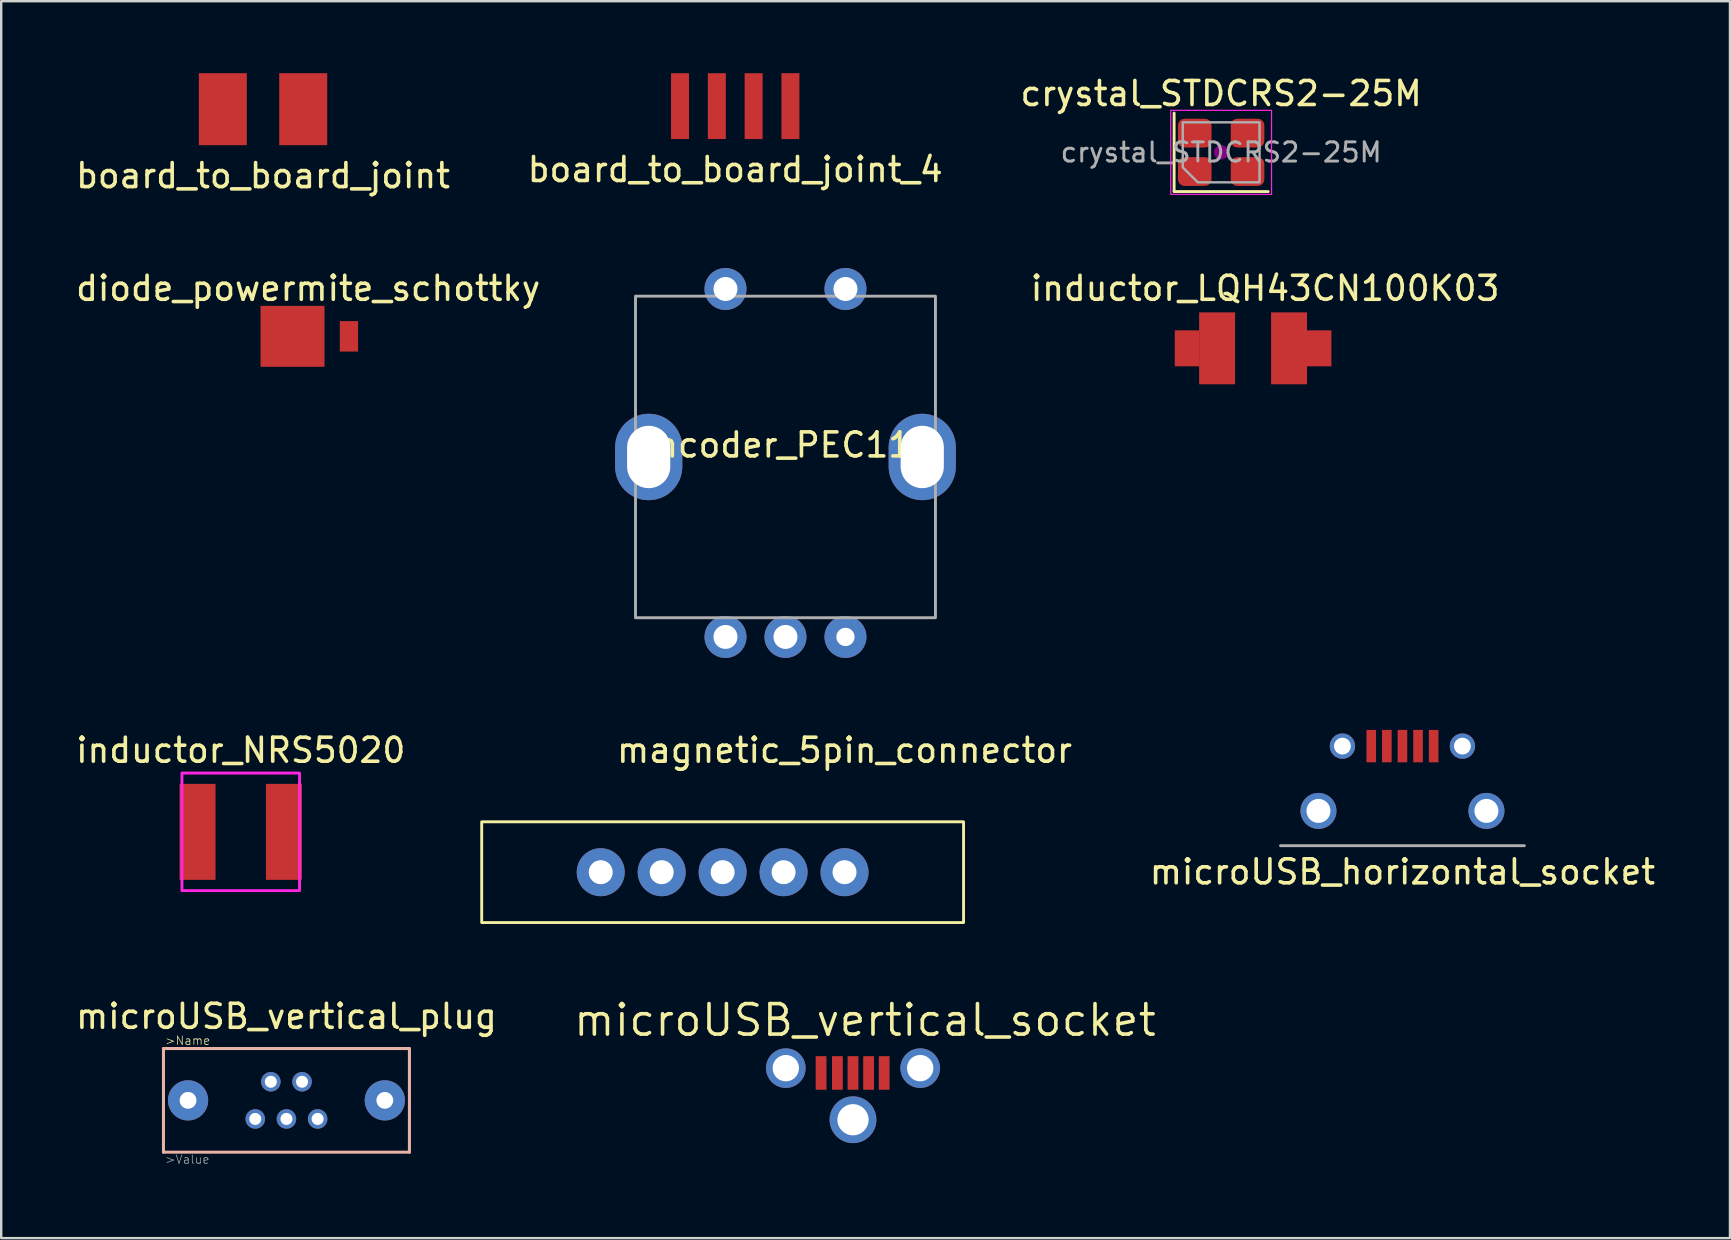
<source format=kicad_pcb>
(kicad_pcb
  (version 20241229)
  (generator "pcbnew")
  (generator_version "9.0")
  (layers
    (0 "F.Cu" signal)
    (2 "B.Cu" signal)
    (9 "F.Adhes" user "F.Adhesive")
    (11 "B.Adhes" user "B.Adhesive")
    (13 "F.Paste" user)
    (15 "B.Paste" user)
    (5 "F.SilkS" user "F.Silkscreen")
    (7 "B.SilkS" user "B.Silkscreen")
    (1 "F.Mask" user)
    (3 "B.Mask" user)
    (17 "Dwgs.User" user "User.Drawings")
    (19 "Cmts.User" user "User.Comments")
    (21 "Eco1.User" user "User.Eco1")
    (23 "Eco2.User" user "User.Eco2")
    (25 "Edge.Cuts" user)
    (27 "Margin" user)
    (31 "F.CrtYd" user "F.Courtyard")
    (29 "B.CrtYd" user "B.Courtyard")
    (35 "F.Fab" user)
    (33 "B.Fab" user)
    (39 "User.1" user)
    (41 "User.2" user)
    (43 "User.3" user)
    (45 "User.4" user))
  (footprint "crystal_STDCRS2-25M"
    (layer "F.Cu")
    (at 47.839 3.298)
    (property "Reference" "crystal_STDCRS2-25M" (at 0 -2.45 0) (layer "F.SilkS") (effects (font (size 1 1) (thickness 0.15))))
    (attr smd)
    (fp_line (start -1.96 -1.635) (end -1.96 1.635) (stroke (width 0.12) (type solid)) (layer "F.SilkS"))
    (fp_line (start -1.96 1.635) (end 1.96 1.635) (stroke (width 0.12) (type solid)) (layer "F.SilkS"))
    (fp_circle (center 0 0) (end 0.25 0) (stroke (width 0.1) (type solid)) (fill yes) (layer "F.Adhes"))
    (fp_rect (start -2.1 -1.75) (end 2.1 1.75) (stroke (width 0.05) (type solid)) (fill no) (layer "F.CrtYd"))
    (fp_poly (pts (xy 1.6 -1.25) (xy 1.6 1.25) (xy -0.975 1.25) (xy -1.6 0.625) (xy -1.6 -1.25)) (stroke (width 0.1) (type solid)) (fill no) (layer "F.Fab"))
    (fp_text user "${REFERENCE}" (at 0 0 0) (layer "F.Fab") (effects (font (size 0.8 0.8) (thickness 0.12))))
    (pad "1" smd roundrect (at -1.1 0.8) (size 1.4 1.2) (layers "F.Cu" "F.Mask" "F.Paste") (roundrect_rratio 0.227))
    (pad "2" smd roundrect (at 1.1 0.8) (size 1.4 1.2) (layers "F.Cu" "F.Mask" "F.Paste") (roundrect_rratio 0.227))
    (pad "3" smd roundrect (at 1.1 -0.8) (size 1.4 1.2) (layers "F.Cu" "F.Mask" "F.Paste") (roundrect_rratio 0.227))
    (pad "4" smd roundrect (at -1.1 -0.8) (size 1.4 1.2) (layers "F.Cu" "F.Mask" "F.Paste") (roundrect_rratio 0.227)))
  (footprint "microUSB_horizontal_socket"
    (layer "F.Cu")
    (at 55.394 29.473)
    (property "Reference" "microUSB_horizontal_socket" (at 0 3.81 0) (layer "F.SilkS") (effects (font (size 1 1) (thickness 0.15))))
    (attr through_hole)
    (fp_line (start -5.08 2.72) (end 5.08 2.72) (stroke (width 0.12) (type solid)) (layer "F.Fab"))
    (pad "G1" thru_hole circle (at -3.5 1.27) (size 1.5 1.5) (drill 1) (layers "*.Cu" "*.Mask"))
    (pad "G2" thru_hole circle (at 3.5 1.27) (size 1.5 1.5) (drill 1) (layers "*.Cu" "*.Mask"))
    (pad "G3" thru_hole circle (at 2.5 -1.43) (size 1.056 1.056) (drill 0.7) (layers "*.Cu" "*.Mask"))
    (pad "G4" thru_hole circle (at -2.5 -1.43) (size 1.056 1.056) (drill 0.7) (layers "*.Cu" "*.Mask"))
    (pad "P1" smd rect (at -1.3 -1.43 90) (size 1.35 0.4) (layers "F.Cu" "F.Mask" "F.Paste"))
    (pad "P2" smd rect (at -0.65 -1.43 90) (size 1.35 0.4) (layers "F.Cu" "F.Mask" "F.Paste"))
    (pad "P3" smd rect (at 0 -1.43 90) (size 1.35 0.4) (layers "F.Cu" "F.Mask" "F.Paste"))
    (pad "P4" smd rect (at 0.65 -1.43 90) (size 1.35 0.4) (layers "F.Cu" "F.Mask" "F.Paste"))
    (pad "P5" smd rect (at 1.3 -1.43 90) (size 1.35 0.4) (layers "F.Cu" "F.Mask" "F.Paste")))
  (footprint "board_to_board_joint"
    (layer "F.Cu")
    (at 7.911 3)
    (property "Reference" "board_to_board_joint" (at 0 1.27 0) (layer "F.SilkS") (effects (font (size 1 1) (thickness 0.15))))
    (attr through_hole)
    (pad "1" smd rect (at -1.675 -1.5) (size 2 3) (layers "F.Cu" "F.Mask" "F.Paste"))
    (pad "2" smd rect (at 1.675 -1.5) (size 2 3) (layers "F.Cu" "F.Mask" "F.Paste")))
  (footprint "magnetic_5pin_connector"
    (layer "F.Cu")
    (at 27.064 33.297)
    (property "Reference" "magnetic_5pin_connector" (at 5.08 -5.08 0) (unlocked yes) (layer "F.SilkS") (effects (font (size 1 1) (thickness 0.15))))
    (attr through_hole)
    (fp_rect (start -10.04 -2.1) (end 10.04 2.1) (stroke (width 0.12) (type default)) (fill no) (layer "F.SilkS"))
    (pad "1" thru_hole circle (at -5.08 0) (size 2 2) (drill 1) (layers "*.Cu" "*.Mask"))
    (pad "2" thru_hole circle (at -2.54 0) (size 2 2) (drill 1) (layers "*.Cu" "*.Mask"))
    (pad "3" thru_hole circle (at 0 0) (size 2 2) (drill 1) (layers "*.Cu" "*.Mask"))
    (pad "4" thru_hole circle (at 2.54 0) (size 2 2) (drill 1) (layers "*.Cu" "*.Mask"))
    (pad "5" thru_hole circle (at 5.08 0) (size 2 2) (drill 1) (layers "*.Cu" "*.Mask")))
  (footprint "microUSB_vertical_plug"
    (layer "F.Cu")
    (at 8.887 42.805)
    (property "Reference" "microUSB_vertical_plug" (at 0 -3.5 0) (layer "F.SilkS") (effects (font (size 1 1) (thickness 0.15))))
    (fp_line (start -5.125 -2.159) (end 5.125 -2.159) (stroke (width 0.127) (type solid)) (layer "B.SilkS"))
    (fp_line (start -5.125 2.159) (end -5.125 -2.159) (stroke (width 0.127) (type solid)) (layer "B.SilkS"))
    (fp_line (start -5.125 2.159) (end 5.125 2.159) (stroke (width 0.127) (type solid)) (layer "B.SilkS"))
    (fp_line (start 5.125 2.159) (end 5.125 -2.159) (stroke (width 0.127) (type solid)) (layer "B.SilkS"))
    (fp_text user ">Name" (at -5.08 -2.286 0) (layer "F.SilkS") (effects (font (size 0.351 0.351) (thickness 0.03)) (justify left bottom)))
    (fp_text user ">Value" (at -5.08 2.667 0) (layer "F.Fab") (effects (font (size 0.351 0.351) (thickness 0.03)) (justify left bottom)))
    (pad "1" thru_hole circle (at -1.3 0.775) (size 0.813 0.813) (drill 0.5) (layers "*.Cu" "*.Mask"))
    (pad "2" thru_hole circle (at -0.65 -0.775) (size 0.813 0.813) (drill 0.5) (layers "*.Cu" "*.Mask"))
    (pad "3" thru_hole circle (at 0 0.775) (size 0.813 0.813) (drill 0.5) (layers "*.Cu" "*.Mask"))
    (pad "4" thru_hole circle (at 0.65 -0.775) (size 0.813 0.813) (drill 0.5) (layers "*.Cu" "*.Mask"))
    (pad "5" thru_hole circle (at 1.3 0.775) (size 0.813 0.813) (drill 0.5) (layers "*.Cu" "*.Mask"))
    (pad "P$1" thru_hole circle (at -4.1 0 90) (size 1.676 1.676) (drill 0.7) (layers "*.Cu" "*.Mask"))
    (pad "P$2" thru_hole circle (at 4.1 0 90) (size 1.676 1.676) (drill 0.7) (layers "*.Cu" "*.Mask")))
  (footprint "diode_powermite_schottky"
    (layer "F.Cu")
    (at 10.792 10.966)
    (property "Reference" "diode_powermite_schottky" (at -1 -2 0) (layer "F.SilkS") (effects (font (size 1 1) (thickness 0.15))))
    (pad "ANODE" smd rect (at 0.699 0) (size 0.762 1.27) (layers "F.Cu" "F.Mask" "F.Paste"))
    (pad "CATHODE" smd rect (at -1.651 0) (size 2.667 2.54) (layers "F.Cu" "F.Mask" "F.Paste")))
  (footprint "inductor_NRS5020"
    (layer "F.Cu")
    (at 6.982 31.616)
    (property "Reference" "inductor_NRS5020" (at 0 -3.4 0) (unlocked yes) (layer "F.SilkS") (effects (font (size 1 1) (thickness 0.15))))
    (fp_rect (start -2.45 -2.45) (end 2.45 2.45) (stroke (width 0.12) (type solid)) (fill no) (layer "F.CrtYd"))
    (pad "1" smd rect (at -1.8 0) (size 1.5 4) (layers "F.Cu" "F.Mask" "F.Paste"))
    (pad "2" smd rect (at 1.8 0) (size 1.5 4) (layers "F.Cu" "F.Mask" "F.Paste")))
  (footprint "board_to_board_joint_4"
    (layer "F.Cu")
    (at 27.589 2.746)
    (property "Reference" "board_to_board_joint_4" (at 0 1.27 0) (layer "F.SilkS") (effects (font (size 1 1) (thickness 0.15))))
    (attr smd)
    (pad "1" smd rect (at -2.3 -1.373) (size 0.75 2.743) (layers "F.Cu" "F.Mask" "F.Paste"))
    (pad "2" smd rect (at -0.767 -1.373) (size 0.75 2.743) (layers "F.Cu" "F.Mask" "F.Paste"))
    (pad "3" smd rect (at 0.767 -1.373) (size 0.75 2.743) (layers "F.Cu" "F.Mask" "F.Paste"))
    (pad "4" smd rect (at 2.3 -1.373) (size 0.75 2.746) (layers "F.Cu" "F.Mask" "F.Paste")))
  (footprint "encoder_PEC11R"
    (layer "F.Cu")
    (at 29.683 15.993)
    (property "Reference" "encoder_PEC11R" (at 0 -0.5 0) (unlocked yes) (layer "F.SilkS") (effects (font (size 1 1) (thickness 0.15))))
    (attr through_hole)
    (fp_rect (start -6.25 -6.7) (end 6.25 6.7) (stroke (width 0.12) (type solid)) (fill no) (layer "F.Fab"))
    (pad "6" thru_hole oval (at -5.7 0) (size 2.8 3.6) (drill oval 1.8 2.6) (layers "*.Cu" "*.Mask"))
    (pad "6" thru_hole oval (at 5.7 0) (size 2.8 3.6) (drill oval 1.8 2.6) (layers "*.Cu" "*.Mask"))
    (pad "A" thru_hole circle (at -2.5 7.5) (size 1.75 1.75) (drill 1) (layers "*.Cu" "*.Mask"))
    (pad "B" thru_hole circle (at 2.5 7.5) (size 1.75 1.75) (drill 0.762) (layers "*.Cu" "*.Mask"))
    (pad "C" thru_hole circle (at 0 7.5) (size 1.75 1.75) (drill 1) (layers "*.Cu" "*.Mask"))
    (pad "S1" thru_hole circle (at -2.5 -7) (size 1.75 1.75) (drill 1) (layers "*.Cu" "*.Mask"))
    (pad "S2" thru_hole circle (at 2.5 -7) (size 1.75 1.75) (drill 1) (layers "*.Cu" "*.Mask")))
  (footprint "microUSB_vertical_socket"
    (layer "F.Cu")
    (at 32.497 41.463)
    (property "Reference" "microUSB_vertical_socket" (at 0.5 -2 0) (layer "F.SilkS") (effects (font (size 1.27 1.27) (thickness 0.15))))
    (pad "G1" thru_hole circle (at -2.8 0) (size 1.65 1.65) (drill 1.1) (layers "*.Cu" "*.Mask"))
    (pad "G2" thru_hole circle (at 0 2.15) (size 1.95 1.95) (drill 1.3) (layers "*.Cu" "*.Mask"))
    (pad "G3" thru_hole circle (at 2.8 0) (size 1.65 1.65) (drill 1.1) (layers "*.Cu" "*.Mask"))
    (pad "P1" smd rect (at -1.33 0.2 90) (size 1.4 0.45) (layers "F.Cu" "F.Mask" "F.Paste"))
    (pad "P2" smd rect (at -0.65 0.2 90) (size 1.4 0.45) (layers "F.Cu" "F.Mask" "F.Paste"))
    (pad "P3" smd rect (at 0 0.2 90) (size 1.4 0.45) (layers "F.Cu" "F.Mask" "F.Paste"))
    (pad "P4" smd rect (at 0.65 0.2 90) (size 1.4 0.45) (layers "F.Cu" "F.Mask" "F.Paste"))
    (pad "P5" smd rect (at 1.3 0.2 90) (size 1.4 0.45) (layers "F.Cu" "F.Mask" "F.Paste")))
  (footprint "inductor_LQH43CN100K03"
    (layer "F.Cu")
    (at 49.17 11.466)
    (property "Reference" "inductor_LQH43CN100K03" (at 0.5 -2.5 0) (layer "F.SilkS") (effects (font (size 1 1) (thickness 0.15))))
    (pad "P$1" smd rect (at -1.499 0) (size 1.499 2.997) (layers "F.Cu" "F.Mask" "F.Paste"))
    (pad "P$2" smd rect (at 1.499 0) (size 1.499 2.997) (layers "F.Cu" "F.Mask" "F.Paste"))
    (pad "P$3" smd rect (at -2.756 0 90) (size 1.499 1.016) (layers "F.Cu" "F.Mask" "F.Paste"))
    (pad "P$4" smd rect (at 2.756 0 90) (size 1.499 1.016) (layers "F.Cu" "F.Mask" "F.Paste")))
  (gr_rect
    (start -3 -3)
    (end 69.043 48.547)
    (stroke (width 0.1) (type default))
    (fill no)
    (layer "Edge.Cuts")))
</source>
